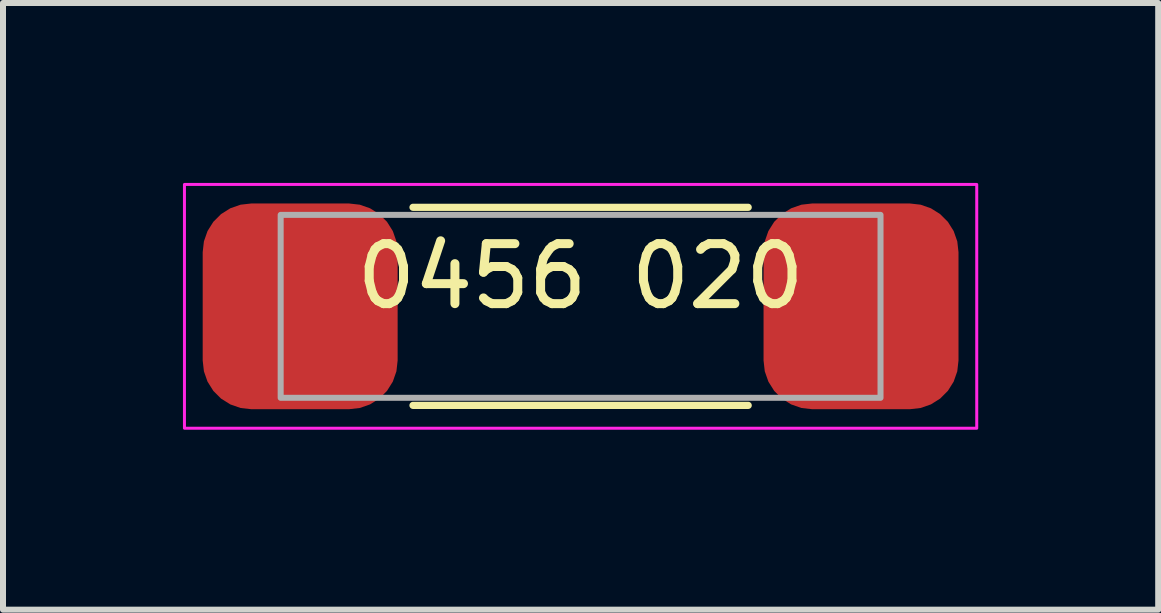
<source format=kicad_pcb>
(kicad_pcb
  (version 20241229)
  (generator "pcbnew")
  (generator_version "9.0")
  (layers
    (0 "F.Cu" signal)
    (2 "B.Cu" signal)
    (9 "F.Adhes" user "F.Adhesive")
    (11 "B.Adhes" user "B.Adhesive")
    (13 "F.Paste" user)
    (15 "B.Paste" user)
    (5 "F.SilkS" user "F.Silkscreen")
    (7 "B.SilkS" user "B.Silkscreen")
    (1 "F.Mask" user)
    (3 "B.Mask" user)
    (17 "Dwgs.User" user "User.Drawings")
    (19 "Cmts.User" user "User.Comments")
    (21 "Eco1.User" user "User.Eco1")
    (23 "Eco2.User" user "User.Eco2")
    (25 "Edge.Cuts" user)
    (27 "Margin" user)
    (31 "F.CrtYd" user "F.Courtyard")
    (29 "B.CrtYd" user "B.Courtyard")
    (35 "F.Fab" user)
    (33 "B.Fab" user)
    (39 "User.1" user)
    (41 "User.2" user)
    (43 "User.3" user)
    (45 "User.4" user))
  (footprint "0456 020"
    (layer "F.Cu")
    (at 6.629 2.057)
    (property "Reference" "0456 020" (at 0 -0.5 0) (unlocked yes) (layer "F.SilkS") (effects (font (size 1 1) (thickness 0.15))))
    (attr smd)
    (fp_line (start -2.794 -1.651) (end 2.794 -1.651) (stroke (width 0.12) (type solid)) (layer "F.SilkS"))
    (fp_line (start -2.794 1.651) (end 2.794 1.651) (stroke (width 0.12) (type solid)) (layer "F.SilkS"))
    (fp_rect (start -6.604 -2.032) (end 6.604 2.032) (stroke (width 0.05) (type solid)) (fill no) (layer "F.CrtYd"))
    (fp_rect (start -5 -1.525) (end 5 1.525) (stroke (width 0.1) (type solid)) (fill no) (layer "F.Fab"))
    (pad "1" smd roundrect (at -4.675 0) (size 3.25 3.43) (layers "F.Cu" "F.Mask" "F.Paste") (roundrect_rratio 0.25))
    (pad "1" smd roundrect (at 4.675 0) (size 3.25 3.43) (layers "F.Cu" "F.Mask" "F.Paste") (roundrect_rratio 0.25)))
  (gr_rect
    (start -3 -3)
    (end 16.258 7.114)
    (stroke (width 0.1) (type default))
    (fill no)
    (layer "Edge.Cuts")))
</source>
